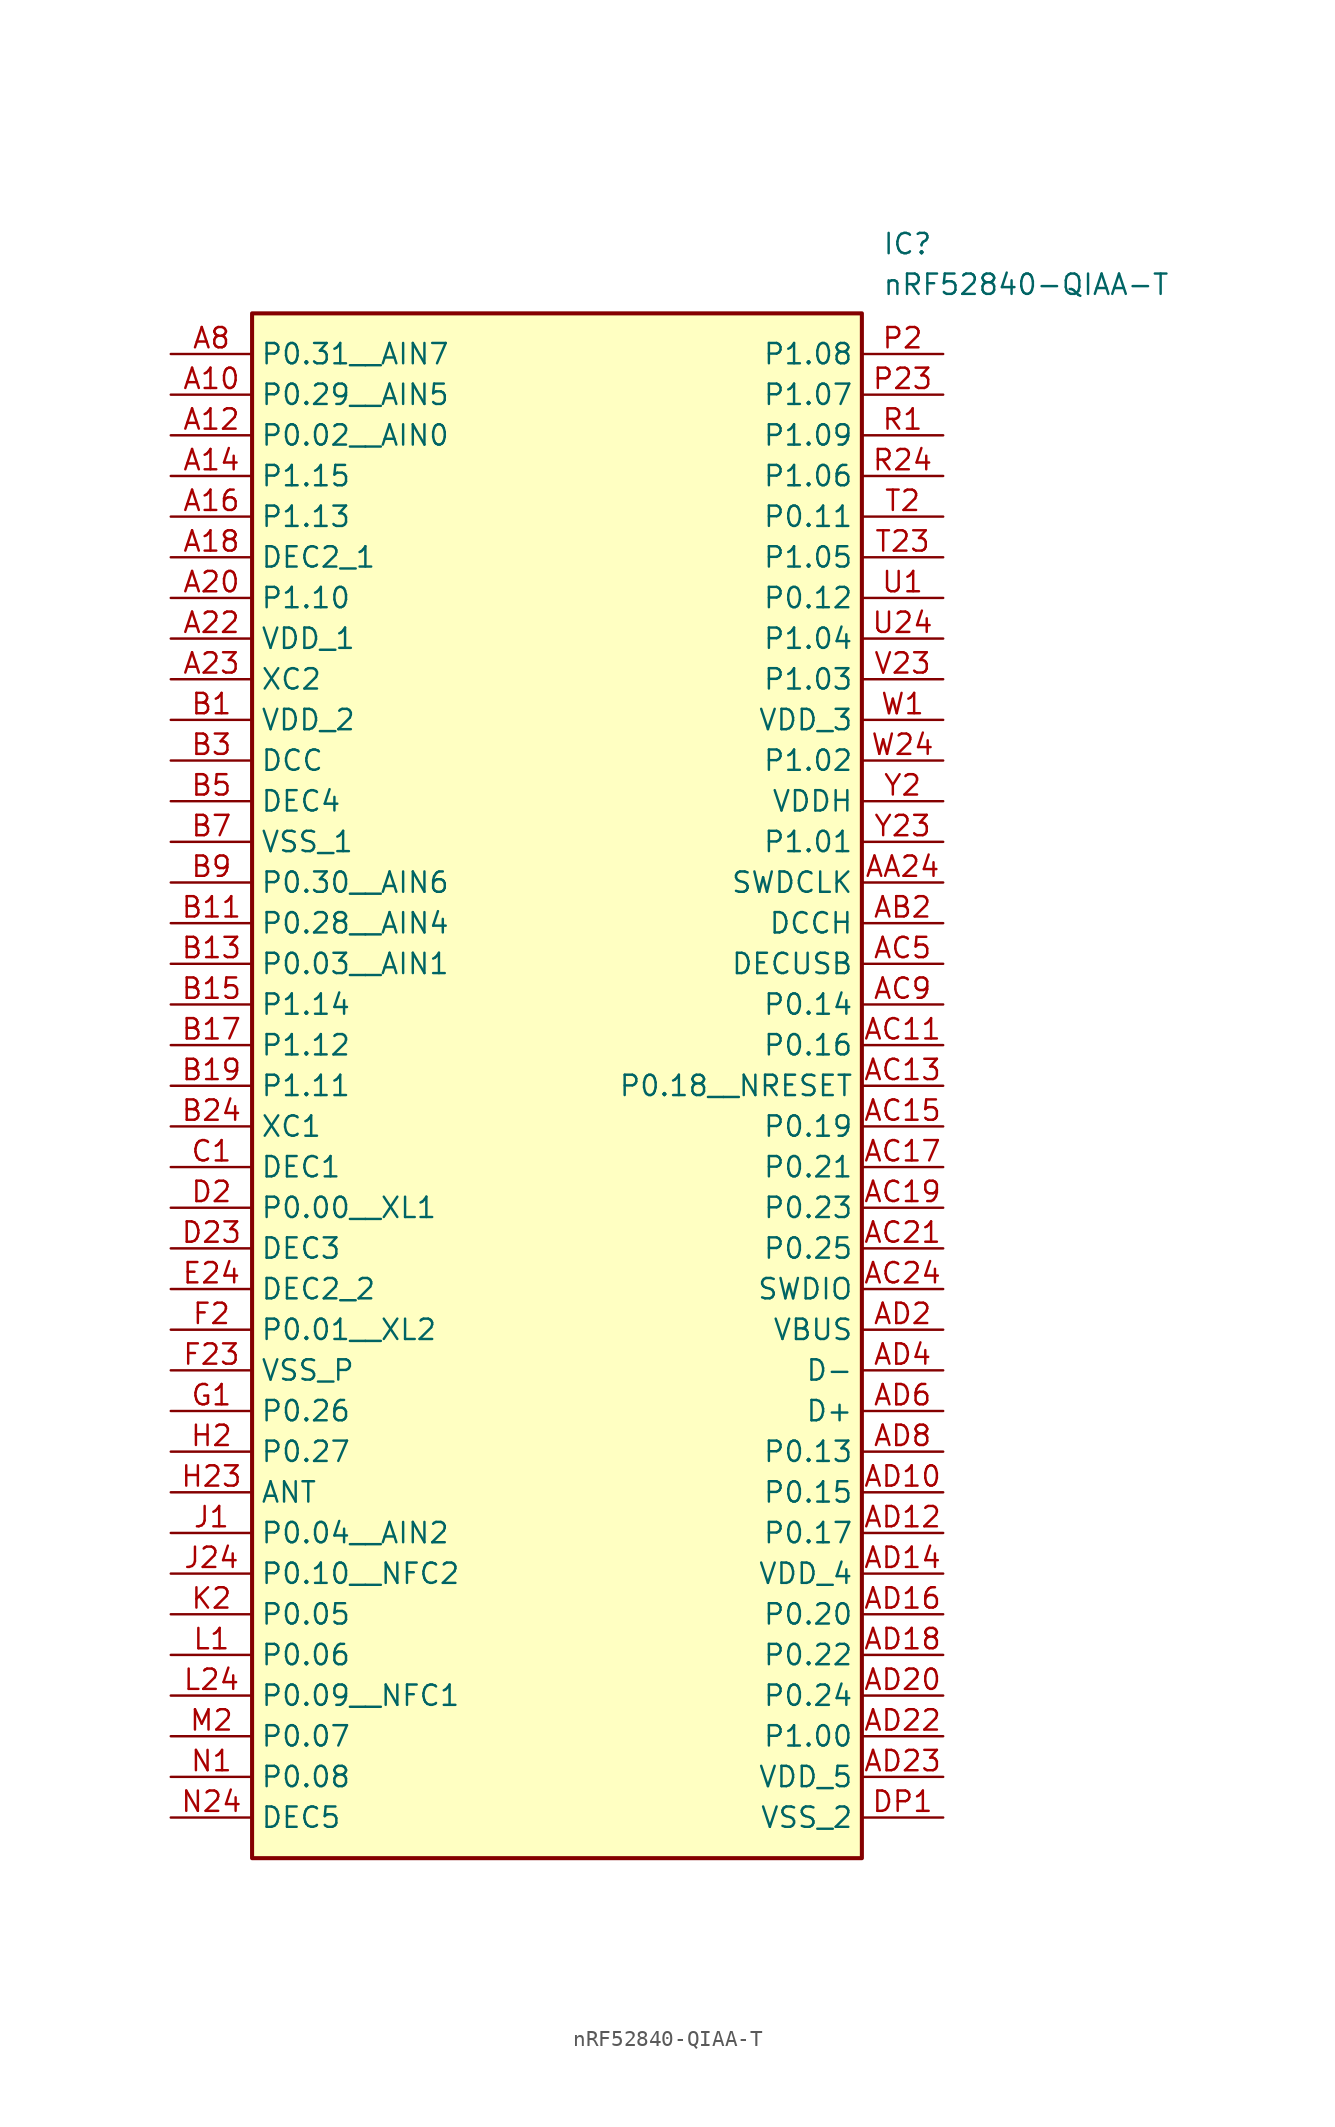
<source format=kicad_sym>
(kicad_symbol_lib
  (version 20211014)
  (generator SamacSys_ECAD_Model)
  (symbol "nRF52840-QIAA-T"
    (property "Reference" "IC"
      (at 44.45 7.62 0)
      (effects (font (size 1.27 1.27)) (justify left top)))
    (property "Value" "nRF52840-QIAA-T"
      (at 44.45 5.08 0)
      (effects (font (size 1.27 1.27)) (justify left top)))
    (rectangle
      (start 5.08 2.54)
      (end 43.18 -93.98)
      (stroke (width 0.254) (type default))
      (fill (type background)))
    (pin passive line
      (at 0 0 0)
      (length 5.08)
      (name "P0.31__AIN7" (effects (font (size 1.27 1.27))))
      (number "A8" (effects (font (size 1.27 1.27)))))
    (pin passive line
      (at 0 -2.54 0)
      (length 5.08)
      (name "P0.29__AIN5" (effects (font (size 1.27 1.27))))
      (number "A10" (effects (font (size 1.27 1.27)))))
    (pin passive line
      (at 0 -5.08 0)
      (length 5.08)
      (name "P0.02__AIN0" (effects (font (size 1.27 1.27))))
      (number "A12" (effects (font (size 1.27 1.27)))))
    (pin passive line
      (at 0 -7.62 0)
      (length 5.08)
      (name "P1.15" (effects (font (size 1.27 1.27))))
      (number "A14" (effects (font (size 1.27 1.27)))))
    (pin passive line
      (at 0 -10.16 0)
      (length 5.08)
      (name "P1.13" (effects (font (size 1.27 1.27))))
      (number "A16" (effects (font (size 1.27 1.27)))))
    (pin passive line
      (at 0 -12.7 0)
      (length 5.08)
      (name "DEC2_1" (effects (font (size 1.27 1.27))))
      (number "A18" (effects (font (size 1.27 1.27)))))
    (pin passive line
      (at 0 -15.24 0)
      (length 5.08)
      (name "P1.10" (effects (font (size 1.27 1.27))))
      (number "A20" (effects (font (size 1.27 1.27)))))
    (pin passive line
      (at 0 -17.78 0)
      (length 5.08)
      (name "VDD_1" (effects (font (size 1.27 1.27))))
      (number "A22" (effects (font (size 1.27 1.27)))))
    (pin passive line
      (at 0 -20.32 0)
      (length 5.08)
      (name "XC2" (effects (font (size 1.27 1.27))))
      (number "A23" (effects (font (size 1.27 1.27)))))
    (pin passive line
      (at 0 -22.86 0)
      (length 5.08)
      (name "VDD_2" (effects (font (size 1.27 1.27))))
      (number "B1" (effects (font (size 1.27 1.27)))))
    (pin passive line
      (at 0 -25.4 0)
      (length 5.08)
      (name "DCC" (effects (font (size 1.27 1.27))))
      (number "B3" (effects (font (size 1.27 1.27)))))
    (pin passive line
      (at 0 -27.94 0)
      (length 5.08)
      (name "DEC4" (effects (font (size 1.27 1.27))))
      (number "B5" (effects (font (size 1.27 1.27)))))
    (pin passive line
      (at 0 -30.48 0)
      (length 5.08)
      (name "VSS_1" (effects (font (size 1.27 1.27))))
      (number "B7" (effects (font (size 1.27 1.27)))))
    (pin passive line
      (at 0 -33.02 0)
      (length 5.08)
      (name "P0.30__AIN6" (effects (font (size 1.27 1.27))))
      (number "B9" (effects (font (size 1.27 1.27)))))
    (pin passive line
      (at 0 -35.56 0)
      (length 5.08)
      (name "P0.28__AIN4" (effects (font (size 1.27 1.27))))
      (number "B11" (effects (font (size 1.27 1.27)))))
    (pin passive line
      (at 0 -38.1 0)
      (length 5.08)
      (name "P0.03__AIN1" (effects (font (size 1.27 1.27))))
      (number "B13" (effects (font (size 1.27 1.27)))))
    (pin passive line
      (at 0 -40.64 0)
      (length 5.08)
      (name "P1.14" (effects (font (size 1.27 1.27))))
      (number "B15" (effects (font (size 1.27 1.27)))))
    (pin passive line
      (at 0 -43.18 0)
      (length 5.08)
      (name "P1.12" (effects (font (size 1.27 1.27))))
      (number "B17" (effects (font (size 1.27 1.27)))))
    (pin passive line
      (at 0 -45.72 0)
      (length 5.08)
      (name "P1.11" (effects (font (size 1.27 1.27))))
      (number "B19" (effects (font (size 1.27 1.27)))))
    (pin passive line
      (at 0 -48.26 0)
      (length 5.08)
      (name "XC1" (effects (font (size 1.27 1.27))))
      (number "B24" (effects (font (size 1.27 1.27)))))
    (pin passive line
      (at 0 -50.8 0)
      (length 5.08)
      (name "DEC1" (effects (font (size 1.27 1.27))))
      (number "C1" (effects (font (size 1.27 1.27)))))
    (pin passive line
      (at 0 -53.34 0)
      (length 5.08)
      (name "P0.00__XL1" (effects (font (size 1.27 1.27))))
      (number "D2" (effects (font (size 1.27 1.27)))))
    (pin passive line
      (at 0 -55.88 0)
      (length 5.08)
      (name "DEC3" (effects (font (size 1.27 1.27))))
      (number "D23" (effects (font (size 1.27 1.27)))))
    (pin passive line
      (at 0 -58.42 0)
      (length 5.08)
      (name "DEC2_2" (effects (font (size 1.27 1.27))))
      (number "E24" (effects (font (size 1.27 1.27)))))
    (pin passive line
      (at 0 -60.96 0)
      (length 5.08)
      (name "P0.01__XL2" (effects (font (size 1.27 1.27))))
      (number "F2" (effects (font (size 1.27 1.27)))))
    (pin passive line
      (at 0 -63.5 0)
      (length 5.08)
      (name "VSS_P" (effects (font (size 1.27 1.27))))
      (number "F23" (effects (font (size 1.27 1.27)))))
    (pin passive line
      (at 0 -66.04 0)
      (length 5.08)
      (name "P0.26" (effects (font (size 1.27 1.27))))
      (number "G1" (effects (font (size 1.27 1.27)))))
    (pin passive line
      (at 0 -68.58 0)
      (length 5.08)
      (name "P0.27" (effects (font (size 1.27 1.27))))
      (number "H2" (effects (font (size 1.27 1.27)))))
    (pin passive line
      (at 0 -71.12 0)
      (length 5.08)
      (name "ANT" (effects (font (size 1.27 1.27))))
      (number "H23" (effects (font (size 1.27 1.27)))))
    (pin passive line
      (at 0 -73.66 0)
      (length 5.08)
      (name "P0.04__AIN2" (effects (font (size 1.27 1.27))))
      (number "J1" (effects (font (size 1.27 1.27)))))
    (pin passive line
      (at 0 -76.2 0)
      (length 5.08)
      (name "P0.10__NFC2" (effects (font (size 1.27 1.27))))
      (number "J24" (effects (font (size 1.27 1.27)))))
    (pin passive line
      (at 0 -78.74 0)
      (length 5.08)
      (name "P0.05" (effects (font (size 1.27 1.27))))
      (number "K2" (effects (font (size 1.27 1.27)))))
    (pin passive line
      (at 0 -81.28 0)
      (length 5.08)
      (name "P0.06" (effects (font (size 1.27 1.27))))
      (number "L1" (effects (font (size 1.27 1.27)))))
    (pin passive line
      (at 0 -83.82 0)
      (length 5.08)
      (name "P0.09__NFC1" (effects (font (size 1.27 1.27))))
      (number "L24" (effects (font (size 1.27 1.27)))))
    (pin passive line
      (at 0 -86.36 0)
      (length 5.08)
      (name "P0.07" (effects (font (size 1.27 1.27))))
      (number "M2" (effects (font (size 1.27 1.27)))))
    (pin passive line
      (at 0 -88.9 0)
      (length 5.08)
      (name "P0.08" (effects (font (size 1.27 1.27))))
      (number "N1" (effects (font (size 1.27 1.27)))))
    (pin passive line
      (at 0 -91.44 0)
      (length 5.08)
      (name "DEC5" (effects (font (size 1.27 1.27))))
      (number "N24" (effects (font (size 1.27 1.27)))))
    (pin passive line
      (at 48.26 0 180)
      (length 5.08)
      (name "P1.08" (effects (font (size 1.27 1.27))))
      (number "P2" (effects (font (size 1.27 1.27)))))
    (pin passive line
      (at 48.26 -2.54 180)
      (length 5.08)
      (name "P1.07" (effects (font (size 1.27 1.27))))
      (number "P23" (effects (font (size 1.27 1.27)))))
    (pin passive line
      (at 48.26 -5.08 180)
      (length 5.08)
      (name "P1.09" (effects (font (size 1.27 1.27))))
      (number "R1" (effects (font (size 1.27 1.27)))))
    (pin passive line
      (at 48.26 -7.62 180)
      (length 5.08)
      (name "P1.06" (effects (font (size 1.27 1.27))))
      (number "R24" (effects (font (size 1.27 1.27)))))
    (pin passive line
      (at 48.26 -10.16 180)
      (length 5.08)
      (name "P0.11" (effects (font (size 1.27 1.27))))
      (number "T2" (effects (font (size 1.27 1.27)))))
    (pin passive line
      (at 48.26 -12.7 180)
      (length 5.08)
      (name "P1.05" (effects (font (size 1.27 1.27))))
      (number "T23" (effects (font (size 1.27 1.27)))))
    (pin passive line
      (at 48.26 -15.24 180)
      (length 5.08)
      (name "P0.12" (effects (font (size 1.27 1.27))))
      (number "U1" (effects (font (size 1.27 1.27)))))
    (pin passive line
      (at 48.26 -17.78 180)
      (length 5.08)
      (name "P1.04" (effects (font (size 1.27 1.27))))
      (number "U24" (effects (font (size 1.27 1.27)))))
    (pin passive line
      (at 48.26 -20.32 180)
      (length 5.08)
      (name "P1.03" (effects (font (size 1.27 1.27))))
      (number "V23" (effects (font (size 1.27 1.27)))))
    (pin passive line
      (at 48.26 -22.86 180)
      (length 5.08)
      (name "VDD_3" (effects (font (size 1.27 1.27))))
      (number "W1" (effects (font (size 1.27 1.27)))))
    (pin passive line
      (at 48.26 -25.4 180)
      (length 5.08)
      (name "P1.02" (effects (font (size 1.27 1.27))))
      (number "W24" (effects (font (size 1.27 1.27)))))
    (pin passive line
      (at 48.26 -27.94 180)
      (length 5.08)
      (name "VDDH" (effects (font (size 1.27 1.27))))
      (number "Y2" (effects (font (size 1.27 1.27)))))
    (pin passive line
      (at 48.26 -30.48 180)
      (length 5.08)
      (name "P1.01" (effects (font (size 1.27 1.27))))
      (number "Y23" (effects (font (size 1.27 1.27)))))
    (pin passive line
      (at 48.26 -33.02 180)
      (length 5.08)
      (name "SWDCLK" (effects (font (size 1.27 1.27))))
      (number "AA24" (effects (font (size 1.27 1.27)))))
    (pin passive line
      (at 48.26 -35.56 180)
      (length 5.08)
      (name "DCCH" (effects (font (size 1.27 1.27))))
      (number "AB2" (effects (font (size 1.27 1.27)))))
    (pin passive line
      (at 48.26 -38.1 180)
      (length 5.08)
      (name "DECUSB" (effects (font (size 1.27 1.27))))
      (number "AC5" (effects (font (size 1.27 1.27)))))
    (pin passive line
      (at 48.26 -40.64 180)
      (length 5.08)
      (name "P0.14" (effects (font (size 1.27 1.27))))
      (number "AC9" (effects (font (size 1.27 1.27)))))
    (pin passive line
      (at 48.26 -43.18 180)
      (length 5.08)
      (name "P0.16" (effects (font (size 1.27 1.27))))
      (number "AC11" (effects (font (size 1.27 1.27)))))
    (pin passive line
      (at 48.26 -45.72 180)
      (length 5.08)
      (name "P0.18__NRESET" (effects (font (size 1.27 1.27))))
      (number "AC13" (effects (font (size 1.27 1.27)))))
    (pin passive line
      (at 48.26 -48.26 180)
      (length 5.08)
      (name "P0.19" (effects (font (size 1.27 1.27))))
      (number "AC15" (effects (font (size 1.27 1.27)))))
    (pin passive line
      (at 48.26 -50.8 180)
      (length 5.08)
      (name "P0.21" (effects (font (size 1.27 1.27))))
      (number "AC17" (effects (font (size 1.27 1.27)))))
    (pin passive line
      (at 48.26 -53.34 180)
      (length 5.08)
      (name "P0.23" (effects (font (size 1.27 1.27))))
      (number "AC19" (effects (font (size 1.27 1.27)))))
    (pin passive line
      (at 48.26 -55.88 180)
      (length 5.08)
      (name "P0.25" (effects (font (size 1.27 1.27))))
      (number "AC21" (effects (font (size 1.27 1.27)))))
    (pin passive line
      (at 48.26 -58.42 180)
      (length 5.08)
      (name "SWDIO" (effects (font (size 1.27 1.27))))
      (number "AC24" (effects (font (size 1.27 1.27)))))
    (pin passive line
      (at 48.26 -60.96 180)
      (length 5.08)
      (name "VBUS" (effects (font (size 1.27 1.27))))
      (number "AD2" (effects (font (size 1.27 1.27)))))
    (pin passive line
      (at 48.26 -63.5 180)
      (length 5.08)
      (name "D-" (effects (font (size 1.27 1.27))))
      (number "AD4" (effects (font (size 1.27 1.27)))))
    (pin passive line
      (at 48.26 -66.04 180)
      (length 5.08)
      (name "D+" (effects (font (size 1.27 1.27))))
      (number "AD6" (effects (font (size 1.27 1.27)))))
    (pin passive line
      (at 48.26 -68.58 180)
      (length 5.08)
      (name "P0.13" (effects (font (size 1.27 1.27))))
      (number "AD8" (effects (font (size 1.27 1.27)))))
    (pin passive line
      (at 48.26 -71.12 180)
      (length 5.08)
      (name "P0.15" (effects (font (size 1.27 1.27))))
      (number "AD10" (effects (font (size 1.27 1.27)))))
    (pin passive line
      (at 48.26 -73.66 180)
      (length 5.08)
      (name "P0.17" (effects (font (size 1.27 1.27))))
      (number "AD12" (effects (font (size 1.27 1.27)))))
    (pin passive line
      (at 48.26 -76.2 180)
      (length 5.08)
      (name "VDD_4" (effects (font (size 1.27 1.27))))
      (number "AD14" (effects (font (size 1.27 1.27)))))
    (pin passive line
      (at 48.26 -78.74 180)
      (length 5.08)
      (name "P0.20" (effects (font (size 1.27 1.27))))
      (number "AD16" (effects (font (size 1.27 1.27)))))
    (pin passive line
      (at 48.26 -81.28 180)
      (length 5.08)
      (name "P0.22" (effects (font (size 1.27 1.27))))
      (number "AD18" (effects (font (size 1.27 1.27)))))
    (pin passive line
      (at 48.26 -83.82 180)
      (length 5.08)
      (name "P0.24" (effects (font (size 1.27 1.27))))
      (number "AD20" (effects (font (size 1.27 1.27)))))
    (pin passive line
      (at 48.26 -86.36 180)
      (length 5.08)
      (name "P1.00" (effects (font (size 1.27 1.27))))
      (number "AD22" (effects (font (size 1.27 1.27)))))
    (pin passive line
      (at 48.26 -88.9 180)
      (length 5.08)
      (name "VDD_5" (effects (font (size 1.27 1.27))))
      (number "AD23" (effects (font (size 1.27 1.27)))))
    (pin passive line
      (at 48.26 -91.44 180)
      (length 5.08)
      (name "VSS_2" (effects (font (size 1.27 1.27))))
      (number "DP1" (effects (font (size 1.27 1.27)))))))
</source>
